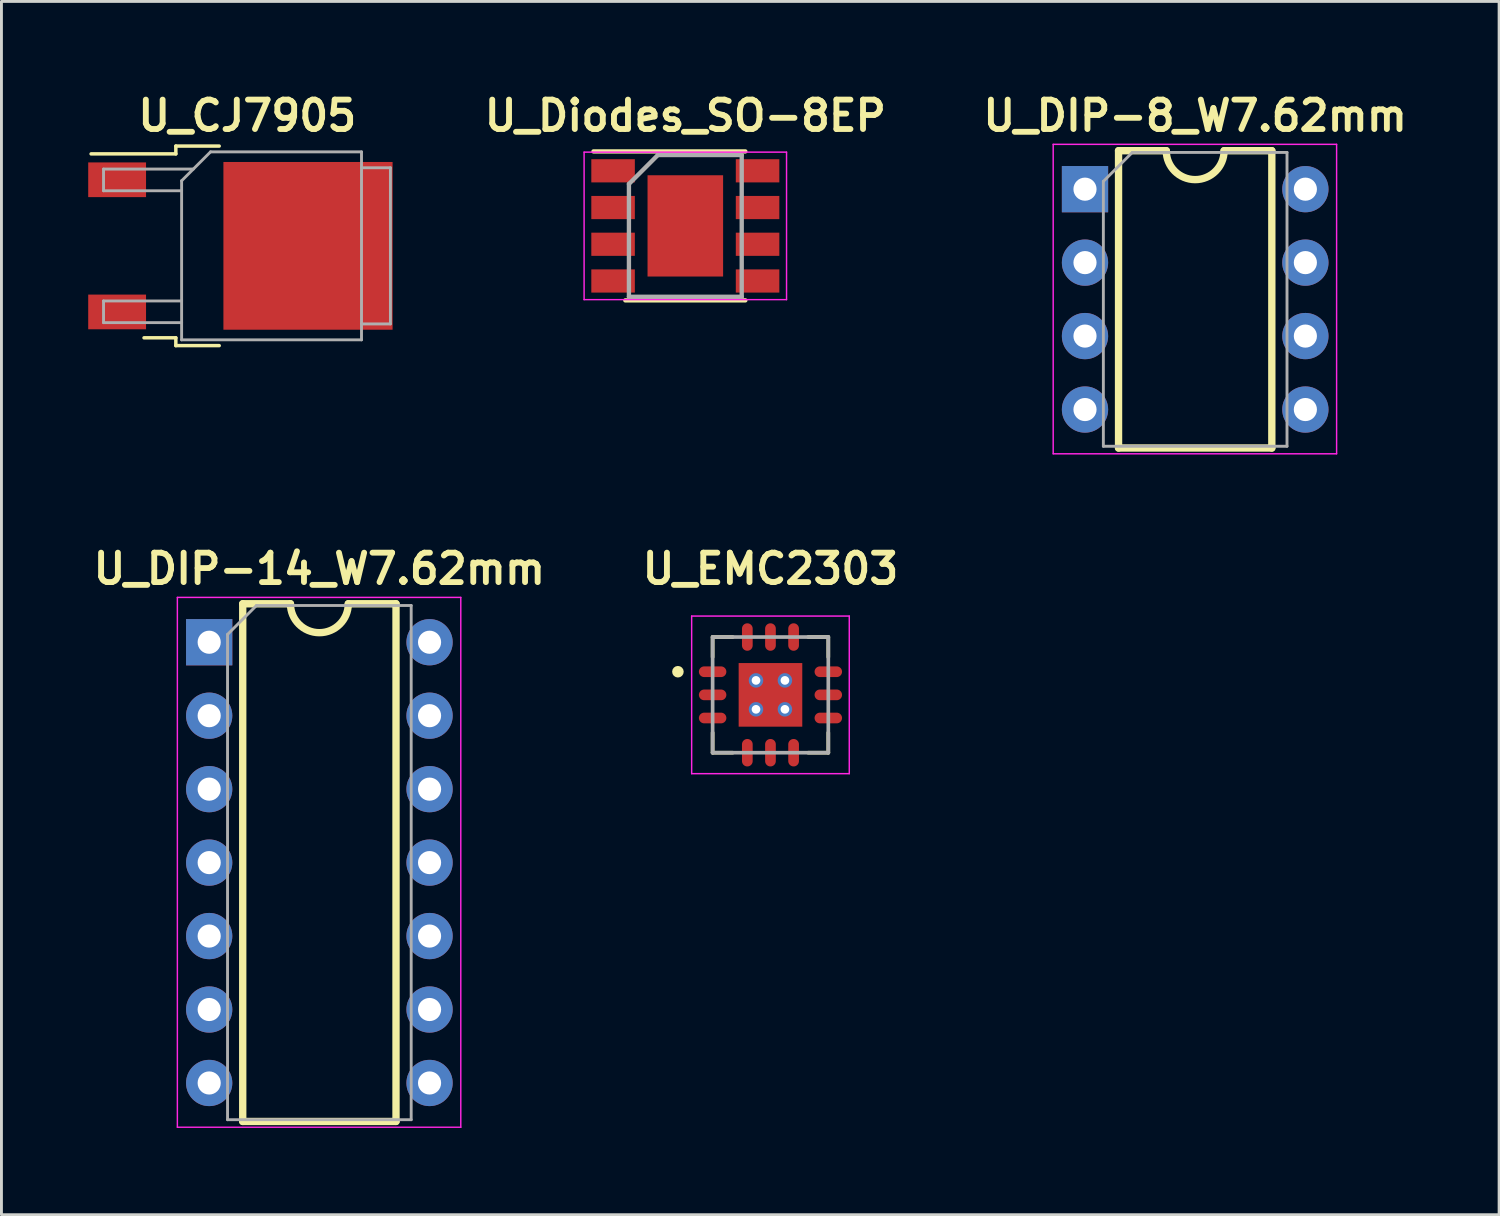
<source format=kicad_pcb>
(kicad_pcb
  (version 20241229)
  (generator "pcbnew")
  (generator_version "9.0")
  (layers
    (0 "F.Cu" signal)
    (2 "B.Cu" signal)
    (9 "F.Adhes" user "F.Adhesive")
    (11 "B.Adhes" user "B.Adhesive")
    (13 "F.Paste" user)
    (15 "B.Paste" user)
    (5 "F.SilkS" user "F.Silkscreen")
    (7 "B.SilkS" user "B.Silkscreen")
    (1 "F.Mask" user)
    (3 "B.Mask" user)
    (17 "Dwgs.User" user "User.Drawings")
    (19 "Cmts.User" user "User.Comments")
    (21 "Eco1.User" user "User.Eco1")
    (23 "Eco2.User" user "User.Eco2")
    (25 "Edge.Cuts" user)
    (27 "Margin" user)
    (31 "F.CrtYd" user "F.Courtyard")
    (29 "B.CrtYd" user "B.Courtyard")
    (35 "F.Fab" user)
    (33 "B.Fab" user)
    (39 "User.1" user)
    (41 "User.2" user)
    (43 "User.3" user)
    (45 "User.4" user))
  (footprint "U_DIP-14_W7.62mm"
    (layer "F.Cu")
    (at 4.183 19.157)
    (property "Reference" "U_DIP-14_W7.62mm" (at 3.81 -2.54 0) (layer "F.SilkS") (effects (font (size 1.016 1.016) (thickness 0.203))))
    (attr through_hole)
    (fp_line (start 1.16 -1.33) (end 1.16 16.57) (stroke (width 0.254) (type solid)) (layer "F.SilkS"))
    (fp_line (start 1.16 16.57) (end 6.46 16.57) (stroke (width 0.254) (type solid)) (layer "F.SilkS"))
    (fp_line (start 2.81 -1.33) (end 1.16 -1.33) (stroke (width 0.254) (type solid)) (layer "F.SilkS"))
    (fp_line (start 6.46 -1.33) (end 4.81 -1.33) (stroke (width 0.254) (type solid)) (layer "F.SilkS"))
    (fp_line (start 6.46 16.57) (end 6.46 -1.33) (stroke (width 0.254) (type solid)) (layer "F.SilkS"))
    (fp_arc (start 4.81 -1.33) (mid 3.81 -0.33) (end 2.81 -1.33) (stroke (width 0.254) (type solid)) (layer "F.SilkS"))
    (fp_line (start -1.1 -1.55) (end -1.1 16.77) (stroke (width 0.05) (type solid)) (layer "F.CrtYd"))
    (fp_line (start -1.1 16.77) (end 8.7 16.77) (stroke (width 0.05) (type solid)) (layer "F.CrtYd"))
    (fp_line (start 8.7 -1.55) (end -1.1 -1.55) (stroke (width 0.05) (type solid)) (layer "F.CrtYd"))
    (fp_line (start 8.7 16.77) (end 8.7 -1.55) (stroke (width 0.05) (type solid)) (layer "F.CrtYd"))
    (fp_line (start 0.635 -0.27) (end 1.635 -1.27) (stroke (width 0.1) (type solid)) (layer "F.Fab"))
    (fp_line (start 0.635 16.51) (end 0.635 -0.27) (stroke (width 0.1) (type solid)) (layer "F.Fab"))
    (fp_line (start 1.635 -1.27) (end 6.985 -1.27) (stroke (width 0.1) (type solid)) (layer "F.Fab"))
    (fp_line (start 6.985 -1.27) (end 6.985 16.51) (stroke (width 0.1) (type solid)) (layer "F.Fab"))
    (fp_line (start 6.985 16.51) (end 0.635 16.51) (stroke (width 0.1) (type solid)) (layer "F.Fab"))
    (pad "1" thru_hole rect (at 0 0) (size 1.6 1.6) (drill 0.8) (layers "*.Cu" "*.Mask"))
    (pad "2" thru_hole oval (at 0 2.54) (size 1.6 1.6) (drill 0.8) (layers "*.Cu" "*.Mask"))
    (pad "3" thru_hole oval (at 0 5.08) (size 1.6 1.6) (drill 0.8) (layers "*.Cu" "*.Mask"))
    (pad "4" thru_hole oval (at 0 7.62) (size 1.6 1.6) (drill 0.8) (layers "*.Cu" "*.Mask"))
    (pad "5" thru_hole oval (at 0 10.16) (size 1.6 1.6) (drill 0.8) (layers "*.Cu" "*.Mask"))
    (pad "6" thru_hole oval (at 0 12.7) (size 1.6 1.6) (drill 0.8) (layers "*.Cu" "*.Mask"))
    (pad "7" thru_hole oval (at 0 15.24) (size 1.6 1.6) (drill 0.8) (layers "*.Cu" "*.Mask"))
    (pad "8" thru_hole oval (at 7.62 15.24) (size 1.6 1.6) (drill 0.8) (layers "*.Cu" "*.Mask"))
    (pad "9" thru_hole oval (at 7.62 12.7) (size 1.6 1.6) (drill 0.8) (layers "*.Cu" "*.Mask"))
    (pad "10" thru_hole oval (at 7.62 10.16) (size 1.6 1.6) (drill 0.8) (layers "*.Cu" "*.Mask"))
    (pad "11" thru_hole oval (at 7.62 7.62) (size 1.6 1.6) (drill 0.8) (layers "*.Cu" "*.Mask"))
    (pad "12" thru_hole oval (at 7.62 5.08) (size 1.6 1.6) (drill 0.8) (layers "*.Cu" "*.Mask"))
    (pad "13" thru_hole oval (at 7.62 2.54) (size 1.6 1.6) (drill 0.8) (layers "*.Cu" "*.Mask"))
    (pad "14" thru_hole oval (at 7.62 0) (size 1.6 1.6) (drill 0.8) (layers "*.Cu" "*.Mask")))
  (footprint "U_Diodes_SO-8EP"
    (layer "F.Cu")
    (at 20.647 4.761)
    (property "Reference" "U_Diodes_SO-8EP" (at 0 -3.81 0) (layer "F.SilkS") (effects (font (size 1.016 1.016) (thickness 0.203) (bold yes))))
    (attr smd)
    (fp_line (start -3.175 -2.575) (end 2.075 -2.575) (stroke (width 0.15) (type solid)) (layer "F.SilkS"))
    (fp_line (start -2.075 2.575) (end 2.075 2.575) (stroke (width 0.15) (type solid)) (layer "F.SilkS"))
    (fp_line (start -3.5 -2.55) (end -3.5 2.55) (stroke (width 0.05) (type solid)) (layer "F.CrtYd"))
    (fp_line (start -3.5 -2.55) (end 3.5 -2.55) (stroke (width 0.05) (type solid)) (layer "F.CrtYd"))
    (fp_line (start -3.5 2.55) (end 3.5 2.55) (stroke (width 0.05) (type solid)) (layer "F.CrtYd"))
    (fp_line (start 3.5 -2.55) (end 3.5 2.55) (stroke (width 0.05) (type solid)) (layer "F.CrtYd"))
    (fp_line (start -1.95 -1.45) (end -0.95 -2.45) (stroke (width 0.15) (type solid)) (layer "F.Fab"))
    (fp_line (start -1.95 2.45) (end -1.95 -1.45) (stroke (width 0.15) (type solid)) (layer "F.Fab"))
    (fp_line (start -0.95 -2.45) (end 1.95 -2.45) (stroke (width 0.15) (type solid)) (layer "F.Fab"))
    (fp_line (start 1.95 -2.45) (end 1.95 2.45) (stroke (width 0.15) (type solid)) (layer "F.Fab"))
    (fp_line (start 1.95 2.45) (end -1.95 2.45) (stroke (width 0.15) (type solid)) (layer "F.Fab"))
    (pad "1" smd rect (at -2.498 -1.905) (size 1.505 0.802) (layers "F.Cu" "F.Mask" "F.Paste"))
    (pad "2" smd rect (at -2.498 -0.635) (size 1.505 0.802) (layers "F.Cu" "F.Mask" "F.Paste"))
    (pad "3" smd rect (at -2.498 0.635) (size 1.505 0.802) (layers "F.Cu" "F.Mask" "F.Paste"))
    (pad "4" smd rect (at -2.498 1.905) (size 1.505 0.802) (layers "F.Cu" "F.Mask" "F.Paste"))
    (pad "5" smd rect (at 2.498 1.905) (size 1.505 0.802) (layers "F.Cu" "F.Mask" "F.Paste"))
    (pad "6" smd rect (at 2.498 0.635) (size 1.505 0.802) (layers "F.Cu" "F.Mask" "F.Paste"))
    (pad "7" smd rect (at 2.498 -0.635) (size 1.505 0.802) (layers "F.Cu" "F.Mask" "F.Paste"))
    (pad "8" smd rect (at 2.498 -1.905) (size 1.505 0.802) (layers "F.Cu" "F.Mask" "F.Paste"))
    (pad "9" smd rect (at 0 0) (size 2.613 3.502) (layers "F.Cu" "F.Mask" "F.Paste")))
  (footprint "U_DIP-8_W7.62mm"
    (layer "F.Cu")
    (at 34.467 3.491)
    (property "Reference" "U_DIP-8_W7.62mm" (at 3.81 -2.54 0) (layer "F.SilkS") (effects (font (size 1.016 1.016) (thickness 0.203))))
    (attr through_hole)
    (fp_line (start 1.16 -1.33) (end 1.16 8.95) (stroke (width 0.254) (type solid)) (layer "F.SilkS"))
    (fp_line (start 1.16 8.95) (end 6.46 8.95) (stroke (width 0.254) (type solid)) (layer "F.SilkS"))
    (fp_line (start 2.81 -1.33) (end 1.16 -1.33) (stroke (width 0.254) (type solid)) (layer "F.SilkS"))
    (fp_line (start 6.46 -1.33) (end 4.81 -1.33) (stroke (width 0.254) (type solid)) (layer "F.SilkS"))
    (fp_line (start 6.46 8.95) (end 6.46 -1.33) (stroke (width 0.254) (type solid)) (layer "F.SilkS"))
    (fp_arc (start 4.81 -1.33) (mid 3.81 -0.33) (end 2.81 -1.33) (stroke (width 0.254) (type solid)) (layer "F.SilkS"))
    (fp_line (start -1.1 -1.55) (end -1.1 9.15) (stroke (width 0.05) (type solid)) (layer "F.CrtYd"))
    (fp_line (start -1.1 9.15) (end 8.7 9.15) (stroke (width 0.05) (type solid)) (layer "F.CrtYd"))
    (fp_line (start 8.7 -1.55) (end -1.1 -1.55) (stroke (width 0.05) (type solid)) (layer "F.CrtYd"))
    (fp_line (start 8.7 9.15) (end 8.7 -1.55) (stroke (width 0.05) (type solid)) (layer "F.CrtYd"))
    (fp_line (start 0.635 -0.27) (end 1.635 -1.27) (stroke (width 0.1) (type solid)) (layer "F.Fab"))
    (fp_line (start 0.635 8.89) (end 0.635 -0.27) (stroke (width 0.1) (type solid)) (layer "F.Fab"))
    (fp_line (start 1.635 -1.27) (end 6.985 -1.27) (stroke (width 0.1) (type solid)) (layer "F.Fab"))
    (fp_line (start 6.985 -1.27) (end 6.985 8.89) (stroke (width 0.1) (type solid)) (layer "F.Fab"))
    (fp_line (start 6.985 8.89) (end 0.635 8.89) (stroke (width 0.1) (type solid)) (layer "F.Fab"))
    (pad "1" thru_hole rect (at 0 0) (size 1.6 1.6) (drill 0.8) (layers "*.Cu" "*.Mask"))
    (pad "2" thru_hole oval (at 0 2.54) (size 1.6 1.6) (drill 0.8) (layers "*.Cu" "*.Mask"))
    (pad "3" thru_hole oval (at 0 5.08) (size 1.6 1.6) (drill 0.8) (layers "*.Cu" "*.Mask"))
    (pad "4" thru_hole oval (at 0 7.62) (size 1.6 1.6) (drill 0.8) (layers "*.Cu" "*.Mask"))
    (pad "5" thru_hole oval (at 7.62 7.62) (size 1.6 1.6) (drill 0.8) (layers "*.Cu" "*.Mask"))
    (pad "6" thru_hole oval (at 7.62 5.08) (size 1.6 1.6) (drill 0.8) (layers "*.Cu" "*.Mask"))
    (pad "7" thru_hole oval (at 7.62 2.54) (size 1.6 1.6) (drill 0.8) (layers "*.Cu" "*.Mask"))
    (pad "8" thru_hole oval (at 7.62 0) (size 1.6 1.6) (drill 0.8) (layers "*.Cu" "*.Mask")))
  (footprint "U_CJ7905"
    (layer "F.Cu")
    (at 5.5 5.451)
    (property "Reference" "U_CJ7905" (at 0 -4.5 0) (layer "F.SilkS") (effects (font (size 1.016 1.016) (thickness 0.203))))
    (attr smd)
    (fp_line (start -2.47 -3.45) (end -2.47 -3.18) (stroke (width 0.12) (type solid)) (layer "F.SilkS"))
    (fp_line (start -2.47 -3.18) (end -5.4 -3.18) (stroke (width 0.12) (type solid)) (layer "F.SilkS"))
    (fp_line (start -2.47 3.18) (end -3.57 3.18) (stroke (width 0.12) (type solid)) (layer "F.SilkS"))
    (fp_line (start -2.47 3.45) (end -2.47 3.18) (stroke (width 0.12) (type solid)) (layer "F.SilkS"))
    (fp_line (start -0.97 -3.45) (end -2.47 -3.45) (stroke (width 0.12) (type solid)) (layer "F.SilkS"))
    (fp_line (start -0.97 3.45) (end -2.47 3.45) (stroke (width 0.12) (type solid)) (layer "F.SilkS"))
    (fp_line (start -4.97 -2.655) (end -4.97 -1.905) (stroke (width 0.1) (type solid)) (layer "F.Fab"))
    (fp_line (start -4.97 -1.905) (end -2.27 -1.905) (stroke (width 0.1) (type solid)) (layer "F.Fab"))
    (fp_line (start -4.97 1.905) (end -4.97 2.655) (stroke (width 0.1) (type solid)) (layer "F.Fab"))
    (fp_line (start -4.97 2.655) (end -2.27 2.655) (stroke (width 0.1) (type solid)) (layer "F.Fab"))
    (fp_line (start -2.27 -2.25) (end -1.27 -3.25) (stroke (width 0.1) (type solid)) (layer "F.Fab"))
    (fp_line (start -2.27 1.905) (end -4.97 1.905) (stroke (width 0.1) (type solid)) (layer "F.Fab"))
    (fp_line (start -2.27 3.25) (end -2.27 -2.25) (stroke (width 0.1) (type solid)) (layer "F.Fab"))
    (fp_line (start -1.865 -2.655) (end -4.97 -2.655) (stroke (width 0.1) (type solid)) (layer "F.Fab"))
    (fp_line (start -1.27 -3.25) (end 3.95 -3.25) (stroke (width 0.1) (type solid)) (layer "F.Fab"))
    (fp_line (start 3.95 -3.25) (end 3.95 3.25) (stroke (width 0.1) (type solid)) (layer "F.Fab"))
    (fp_line (start 3.95 -2.7) (end 4.95 -2.7) (stroke (width 0.1) (type solid)) (layer "F.Fab"))
    (fp_line (start 3.95 3.25) (end -2.27 3.25) (stroke (width 0.1) (type solid)) (layer "F.Fab"))
    (fp_line (start 4.95 -2.7) (end 4.95 2.7) (stroke (width 0.1) (type solid)) (layer "F.Fab"))
    (fp_line (start 4.95 2.7) (end 3.95 2.7) (stroke (width 0.1) (type solid)) (layer "F.Fab"))
    (pad "1" smd rect (at -4.5 -2.285) (size 2 1.2) (layers "F.Cu" "F.Mask" "F.Paste"))
    (pad "2" smd rect (at 2.1 0) (size 5.85 5.8) (layers "F.Cu" "F.Mask" "F.Paste"))
    (pad "3" smd rect (at -4.5 2.285) (size 2 1.2) (layers "F.Cu" "F.Mask" "F.Paste")))
  (footprint "U_EMC2303"
    (layer "F.Cu")
    (at 23.591 20.977)
    (property "Reference" "U_EMC2303" (at 0 -4.36 0) (layer "F.SilkS") (effects (font (size 1.016 1.016) (thickness 0.203) (bold yes))))
    (attr smd)
    (fp_line (start -2 -2) (end -1.305 -2) (stroke (width 0.127) (type solid)) (layer "F.SilkS"))
    (fp_line (start -2 -1.305) (end -2 -2) (stroke (width 0.127) (type solid)) (layer "F.SilkS"))
    (fp_line (start -2 2) (end -2 1.305) (stroke (width 0.127) (type solid)) (layer "F.SilkS"))
    (fp_line (start -1.305 2) (end -2 2) (stroke (width 0.127) (type solid)) (layer "F.SilkS"))
    (fp_line (start 1.305 -2) (end 2 -2) (stroke (width 0.127) (type solid)) (layer "F.SilkS"))
    (fp_line (start 2 -2) (end 2 -1.305) (stroke (width 0.127) (type solid)) (layer "F.SilkS"))
    (fp_line (start 2 2) (end 1.305 2) (stroke (width 0.127) (type solid)) (layer "F.SilkS"))
    (fp_line (start 2 2) (end 2 1.305) (stroke (width 0.127) (type solid)) (layer "F.SilkS"))
    (fp_circle (center -3.2 -0.8) (end -3.1 -0.8) (stroke (width 0.2) (type solid)) (fill no) (layer "F.SilkS"))
    (fp_poly (pts (xy -0.696 -0.696) (xy 0.696 -0.696) (xy 0.696 0.696) (xy -0.696 0.696)) (stroke (width 0.01) (type solid)) (fill yes) (layer "F.Paste"))
    (fp_line (start -2.725 -2.725) (end -2.725 2.725) (stroke (width 0.05) (type solid)) (layer "F.CrtYd"))
    (fp_line (start -2.725 2.725) (end 2.725 2.725) (stroke (width 0.05) (type solid)) (layer "F.CrtYd"))
    (fp_line (start 2.725 -2.725) (end -2.725 -2.725) (stroke (width 0.05) (type solid)) (layer "F.CrtYd"))
    (fp_line (start 2.725 2.725) (end 2.725 -2.725) (stroke (width 0.05) (type solid)) (layer "F.CrtYd"))
    (fp_line (start -2 -2) (end 2 -2) (stroke (width 0.127) (type solid)) (layer "F.Fab"))
    (fp_line (start -2 2) (end -2 -2) (stroke (width 0.127) (type solid)) (layer "F.Fab"))
    (fp_line (start 2 -2) (end 2 2) (stroke (width 0.127) (type solid)) (layer "F.Fab"))
    (fp_line (start 2 2) (end -2 2) (stroke (width 0.127) (type solid)) (layer "F.Fab"))
    (pad "1" smd oval (at -2 -0.8) (size 0.95 0.37) (layers "F.Cu" "F.Mask" "F.Paste"))
    (pad "2" smd oval (at -2 0) (size 0.95 0.37) (layers "F.Cu" "F.Mask" "F.Paste"))
    (pad "3" smd oval (at -2 0.8) (size 0.95 0.37) (layers "F.Cu" "F.Mask" "F.Paste"))
    (pad "4" smd oval (at -0.8 2) (size 0.37 0.95) (layers "F.Cu" "F.Mask" "F.Paste"))
    (pad "5" smd oval (at 0 2) (size 0.37 0.95) (layers "F.Cu" "F.Mask" "F.Paste"))
    (pad "6" smd oval (at 0.8 2) (size 0.37 0.95) (layers "F.Cu" "F.Mask" "F.Paste"))
    (pad "7" smd oval (at 2 0.8) (size 0.95 0.37) (layers "F.Cu" "F.Mask" "F.Paste"))
    (pad "8" smd oval (at 2 0) (size 0.95 0.37) (layers "F.Cu" "F.Mask" "F.Paste"))
    (pad "9" smd oval (at 2 -0.8) (size 0.95 0.37) (layers "F.Cu" "F.Mask" "F.Paste"))
    (pad "10" smd oval (at 0.8 -2) (size 0.37 0.95) (layers "F.Cu" "F.Mask" "F.Paste"))
    (pad "11" smd oval (at 0 -2) (size 0.37 0.95) (layers "F.Cu" "F.Mask" "F.Paste"))
    (pad "12" smd oval (at -0.8 -2) (size 0.37 0.95) (layers "F.Cu" "F.Mask" "F.Paste"))
    (pad "13" thru_hole circle (at -0.5 -0.5) (size 0.5 0.5) (drill 0.3) (layers "*.Cu"))
    (pad "13" thru_hole circle (at -0.5 0.5) (size 0.5 0.5) (drill 0.3) (layers "*.Cu"))
    (pad "13" smd rect (at 0 0) (size 2.2 2.2) (layers "F.Cu" "F.Mask"))
    (pad "13" thru_hole circle (at 0.5 -0.5) (size 0.5 0.5) (drill 0.3) (layers "*.Cu"))
    (pad "13" thru_hole circle (at 0.5 0.5) (size 0.5 0.5) (drill 0.3) (layers "*.Cu")))
  (gr_rect
    (start -3 -3)
    (end 48.786 38.952)
    (stroke (width 0.1) (type default))
    (fill no)
    (layer "Edge.Cuts")))
</source>
